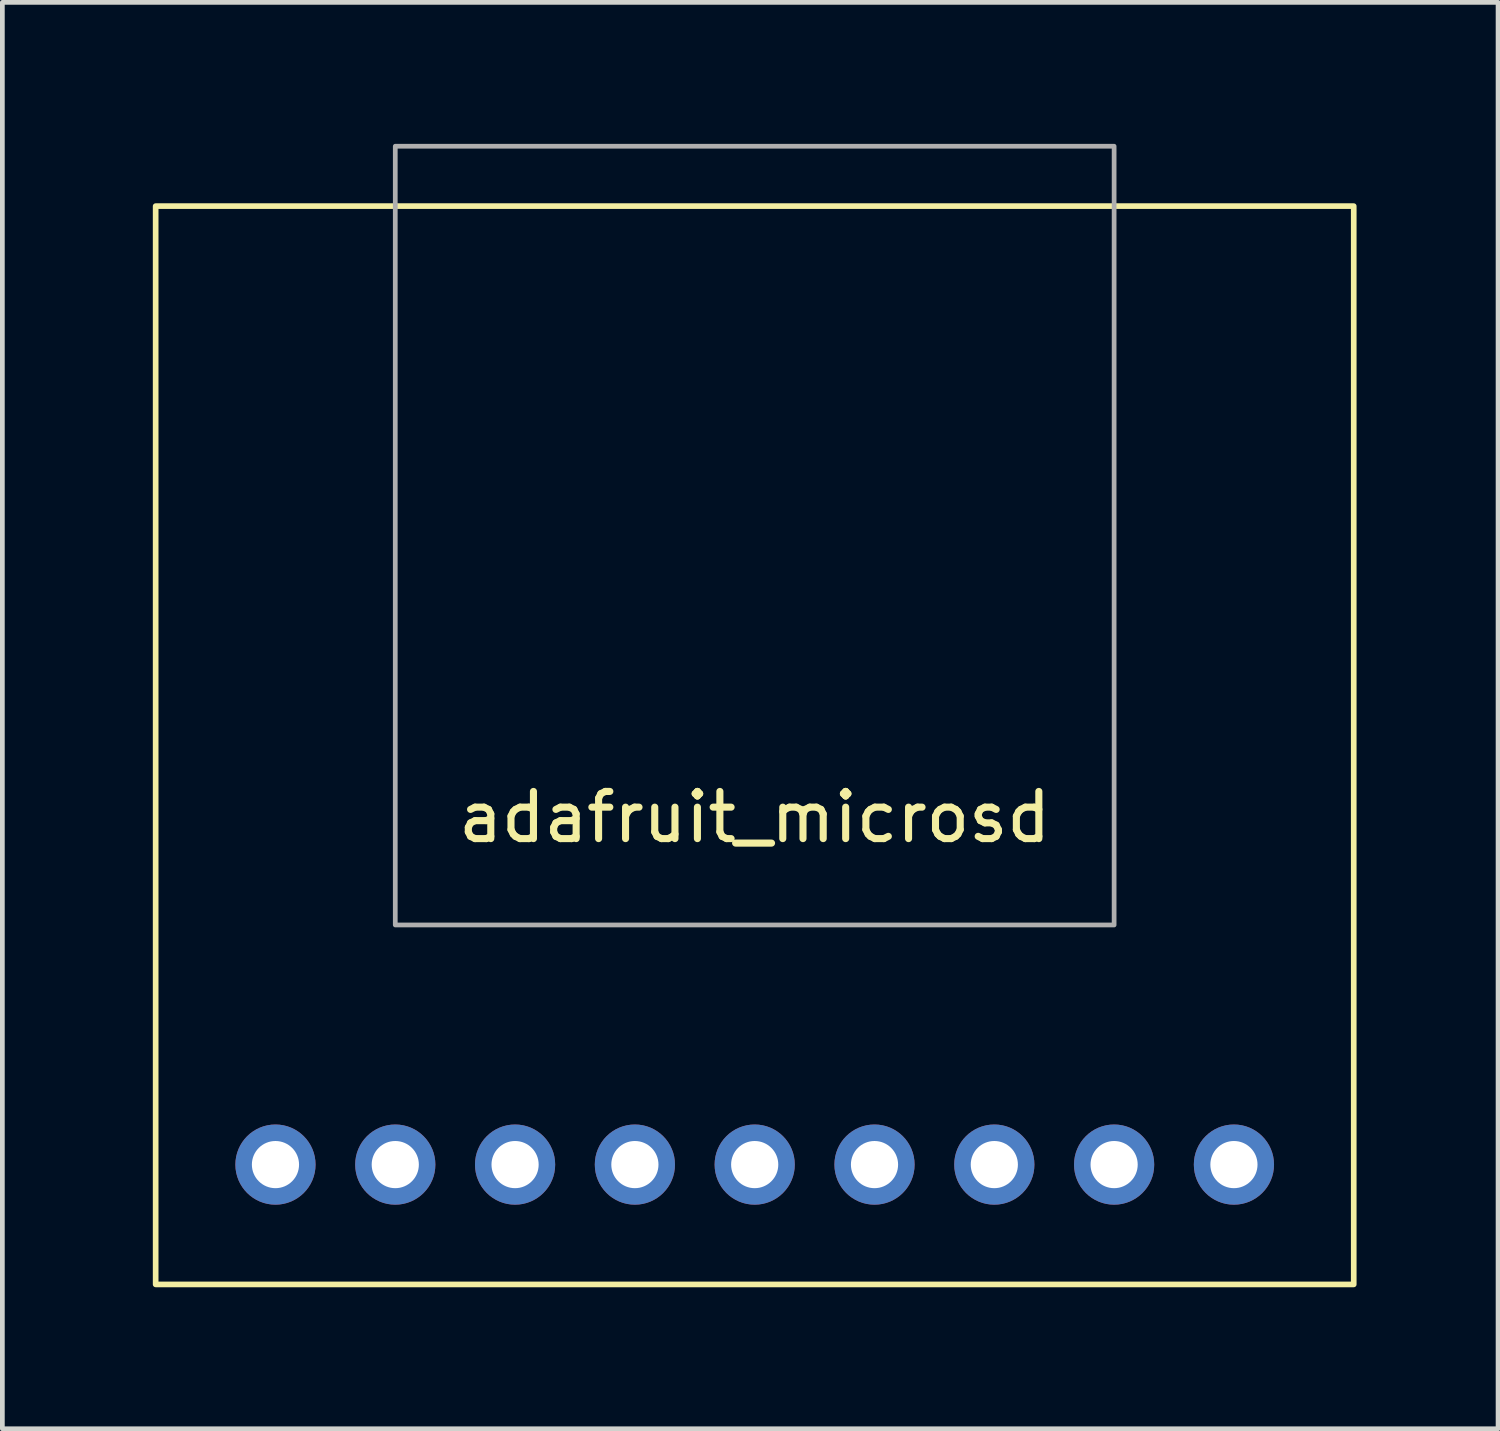
<source format=kicad_pcb>
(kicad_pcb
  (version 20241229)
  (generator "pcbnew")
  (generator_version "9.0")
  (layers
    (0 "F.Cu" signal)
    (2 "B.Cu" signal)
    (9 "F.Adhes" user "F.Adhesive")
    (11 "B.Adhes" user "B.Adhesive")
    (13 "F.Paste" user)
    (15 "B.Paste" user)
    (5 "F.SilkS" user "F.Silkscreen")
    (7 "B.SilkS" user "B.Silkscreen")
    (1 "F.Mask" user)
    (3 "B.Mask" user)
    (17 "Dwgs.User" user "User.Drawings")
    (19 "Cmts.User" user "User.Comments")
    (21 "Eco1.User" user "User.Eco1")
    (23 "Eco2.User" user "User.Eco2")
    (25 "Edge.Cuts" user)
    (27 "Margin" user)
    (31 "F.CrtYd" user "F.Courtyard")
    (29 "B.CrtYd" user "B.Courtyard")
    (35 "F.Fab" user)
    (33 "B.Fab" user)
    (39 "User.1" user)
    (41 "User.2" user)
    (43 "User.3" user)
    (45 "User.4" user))
  (footprint "adafruit_microsd"
    (layer "F.Cu")
    (at 0.25 1.32)
    (property "Reference" "adafruit_microsd" (at 12.7 12.954 0) (layer "F.SilkS") (effects (font (size 1 1) (thickness 0.15))))
    (attr through_hole)
    (fp_rect (start 0 0) (end 25.4 22.86) (stroke (width 0.12) (type solid)) (fill no) (layer "F.SilkS"))
    (fp_rect (start 5.08 15.24) (end 20.32 -1.27) (stroke (width 0.1) (type solid)) (fill no) (layer "F.Fab"))
    (pad "1" thru_hole oval (at 20.32 20.32 90) (size 1.7 1.7) (drill 1) (layers "*.Cu" "*.Mask"))
    (pad "2" thru_hole oval (at 15.24 20.32 90) (size 1.7 1.7) (drill 1) (layers "*.Cu" "*.Mask"))
    (pad "3" thru_hole oval (at 12.7 20.32 90) (size 1.7 1.7) (drill 1) (layers "*.Cu" "*.Mask"))
    (pad "4" thru_hole oval (at 2.54 20.32 90) (size 1.7 1.7) (drill 1) (layers "*.Cu" "*.Mask"))
    (pad "5" thru_hole oval (at 7.62 20.32 90) (size 1.7 1.7) (drill 1) (layers "*.Cu" "*.Mask"))
    (pad "6" thru_hole oval (at 5.08 20.32 90) (size 1.7 1.7) (drill 1) (layers "*.Cu" "*.Mask"))
    (pad "7" thru_hole oval (at 10.16 20.32 90) (size 1.7 1.7) (drill 1) (layers "*.Cu" "*.Mask"))
    (pad "8" thru_hole oval (at 17.78 20.32 90) (size 1.7 1.7) (drill 1) (layers "*.Cu" "*.Mask"))
    (pad "9" thru_hole oval (at 22.86 20.32 90) (size 1.7 1.7) (drill 1) (layers "*.Cu" "*.Mask")))
  (gr_rect
    (start -3 -3)
    (end 28.71 27.24)
    (stroke (width 0.1) (type default))
    (fill no)
    (layer "Edge.Cuts")))
</source>
